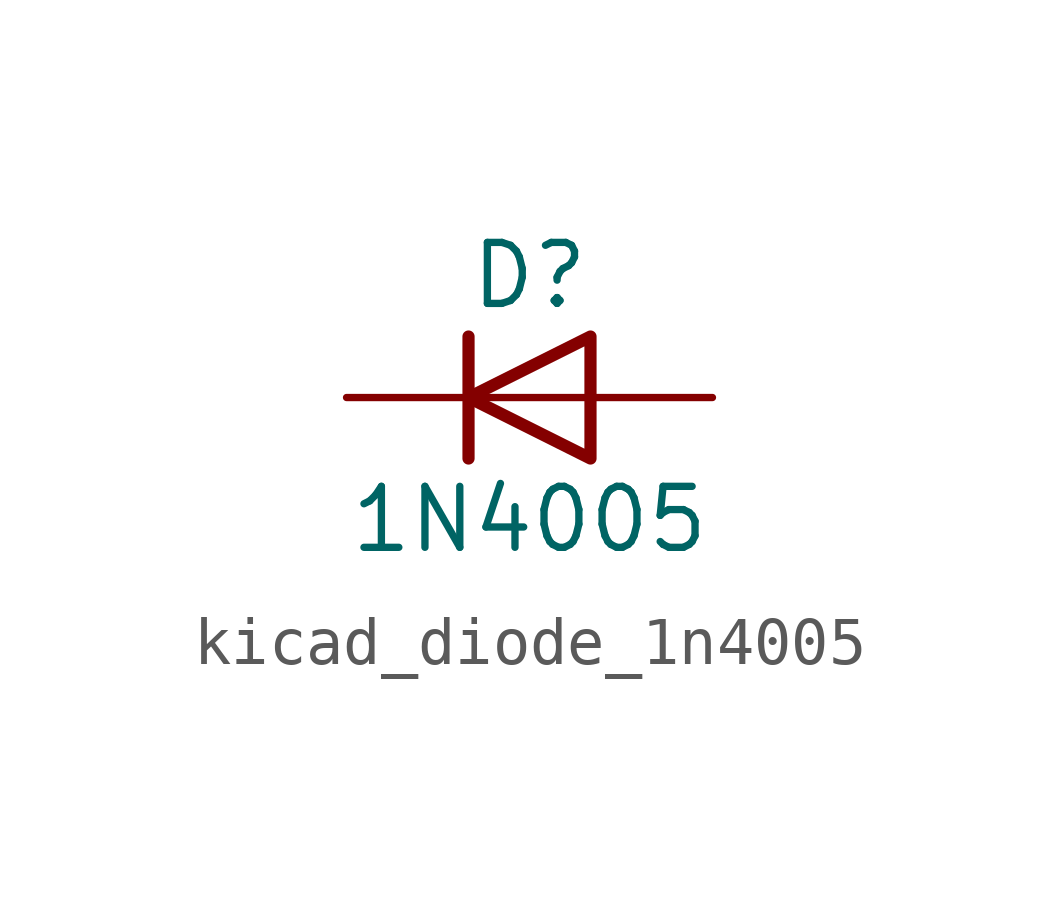
<source format=kicad_sym>
(kicad_symbol_lib
  (version 20220914)
  (generator kicad_symbol_editor)
  (symbol "kicad_diode_1n4005"
    (pin_numbers hide)
    (pin_names hide)
    (property "Reference" "D"
      (at 0 2.54 0)
      (effects (font (size 1.27 1.27))))
    (property "Value" "1N4005"
      (at 0 -2.54 0)
      (effects (font (size 1.27 1.27))))
    (symbol "kicad_diode_1n4005_0_1"
      (polyline (pts (xy -1.27 1.27) (xy -1.27 -1.27)) (stroke (width 0.254) (type default)) (fill (type none)))
      (polyline (pts (xy 1.27 0) (xy -1.27 0)) (stroke (width 0) (type default)) (fill (type none)))
      (polyline (pts (xy 1.27 1.27) (xy 1.27 -1.27) (xy -1.27 0) (xy 1.27 1.27)) (stroke (width 0.254) (type default)) (fill (type none))))
    (symbol "kicad_diode_1n4005_1_1"
      (pin passive line (at -3.81 0 0) (length 2.54) (name "K" (effects (font (size 1.27 1.27)))) (number "1" (effects (font (size 1.27 1.27)))))
      (pin passive line (at 3.81 0 180) (length 2.54) (name "A" (effects (font (size 1.27 1.27)))) (number "2" (effects (font (size 1.27 1.27))))))))
</source>
